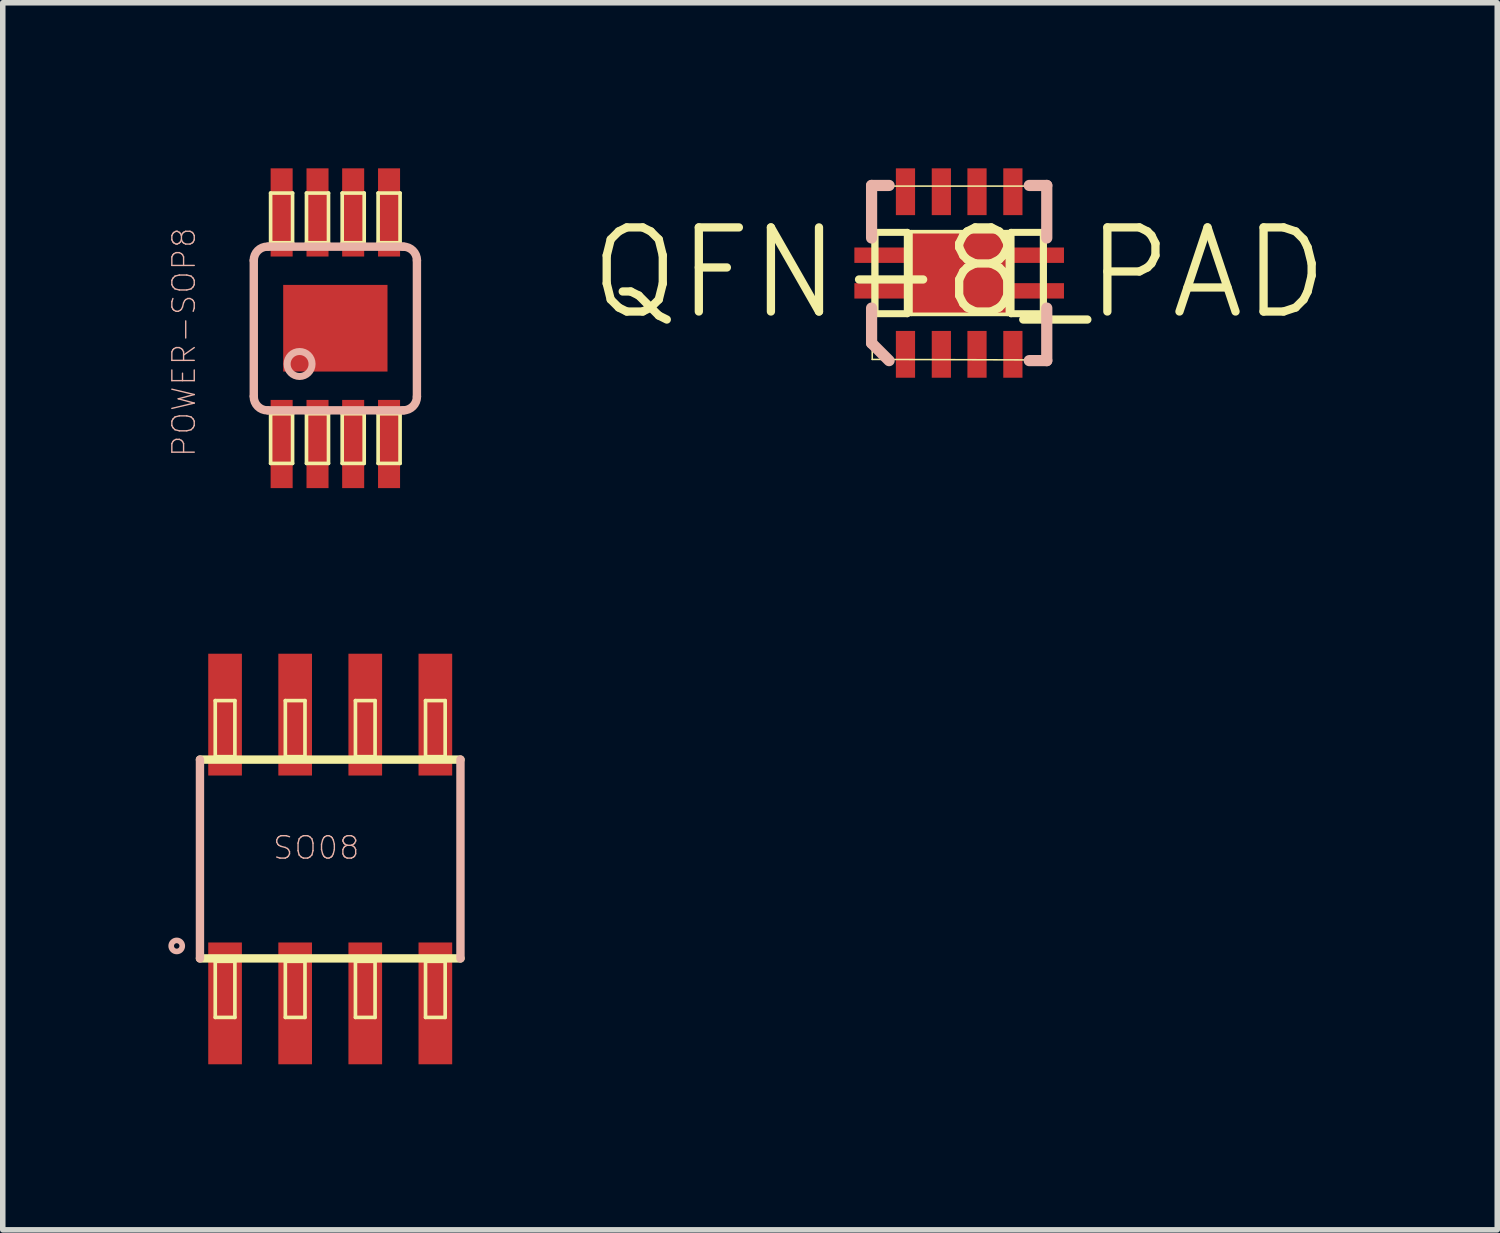
<source format=kicad_pcb>
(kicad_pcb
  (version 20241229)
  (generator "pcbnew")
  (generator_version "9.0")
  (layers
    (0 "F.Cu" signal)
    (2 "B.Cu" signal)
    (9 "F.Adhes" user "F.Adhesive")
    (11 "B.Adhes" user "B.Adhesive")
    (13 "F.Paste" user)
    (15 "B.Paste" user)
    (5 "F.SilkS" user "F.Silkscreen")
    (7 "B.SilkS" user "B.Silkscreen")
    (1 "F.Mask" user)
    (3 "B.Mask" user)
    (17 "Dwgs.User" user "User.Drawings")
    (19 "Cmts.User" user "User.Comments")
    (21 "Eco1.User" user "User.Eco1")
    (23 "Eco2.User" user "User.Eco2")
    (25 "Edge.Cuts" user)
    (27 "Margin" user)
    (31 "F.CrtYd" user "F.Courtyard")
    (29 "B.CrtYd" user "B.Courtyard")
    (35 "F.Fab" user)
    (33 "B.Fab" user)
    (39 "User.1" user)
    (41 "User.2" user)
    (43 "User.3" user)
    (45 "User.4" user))
  (footprint "POWER-SOP8"
    (layer "F.Cu")
    (at 3.026 2.897)
    (property "Reference" "POWER-SOP8" (at -2.743 0.254 90) (layer "B.SilkS") (effects (font (size 0.406 0.406) (thickness 0.025))))
    (attr smd)
    (fp_line (start -1.173 -2.449) (end -0.775 -2.449) (stroke (width 0.066) (type solid)) (layer "F.SilkS"))
    (fp_line (start -1.173 -1.549) (end -1.173 -2.449) (stroke (width 0.066) (type solid)) (layer "F.SilkS"))
    (fp_line (start -1.173 -1.549) (end -0.775 -1.549) (stroke (width 0.066) (type solid)) (layer "F.SilkS"))
    (fp_line (start -1.173 1.549) (end -0.775 1.549) (stroke (width 0.066) (type solid)) (layer "F.SilkS"))
    (fp_line (start -1.173 2.449) (end -1.173 1.549) (stroke (width 0.066) (type solid)) (layer "F.SilkS"))
    (fp_line (start -1.173 2.449) (end -0.775 2.449) (stroke (width 0.066) (type solid)) (layer "F.SilkS"))
    (fp_line (start -0.775 -1.549) (end -0.775 -2.449) (stroke (width 0.066) (type solid)) (layer "F.SilkS"))
    (fp_line (start -0.775 2.449) (end -0.775 1.549) (stroke (width 0.066) (type solid)) (layer "F.SilkS"))
    (fp_line (start -0.523 -2.449) (end -0.124 -2.449) (stroke (width 0.066) (type solid)) (layer "F.SilkS"))
    (fp_line (start -0.523 -1.549) (end -0.523 -2.449) (stroke (width 0.066) (type solid)) (layer "F.SilkS"))
    (fp_line (start -0.523 -1.549) (end -0.124 -1.549) (stroke (width 0.066) (type solid)) (layer "F.SilkS"))
    (fp_line (start -0.523 1.549) (end -0.124 1.549) (stroke (width 0.066) (type solid)) (layer "F.SilkS"))
    (fp_line (start -0.523 2.449) (end -0.523 1.549) (stroke (width 0.066) (type solid)) (layer "F.SilkS"))
    (fp_line (start -0.523 2.449) (end -0.124 2.449) (stroke (width 0.066) (type solid)) (layer "F.SilkS"))
    (fp_line (start -0.124 -1.549) (end -0.124 -2.449) (stroke (width 0.066) (type solid)) (layer "F.SilkS"))
    (fp_line (start -0.124 2.449) (end -0.124 1.549) (stroke (width 0.066) (type solid)) (layer "F.SilkS"))
    (fp_line (start 0.124 -2.449) (end 0.523 -2.449) (stroke (width 0.066) (type solid)) (layer "F.SilkS"))
    (fp_line (start 0.124 -1.549) (end 0.124 -2.449) (stroke (width 0.066) (type solid)) (layer "F.SilkS"))
    (fp_line (start 0.124 -1.549) (end 0.523 -1.549) (stroke (width 0.066) (type solid)) (layer "F.SilkS"))
    (fp_line (start 0.124 1.549) (end 0.523 1.549) (stroke (width 0.066) (type solid)) (layer "F.SilkS"))
    (fp_line (start 0.124 2.449) (end 0.124 1.549) (stroke (width 0.066) (type solid)) (layer "F.SilkS"))
    (fp_line (start 0.124 2.449) (end 0.523 2.449) (stroke (width 0.066) (type solid)) (layer "F.SilkS"))
    (fp_line (start 0.523 -1.549) (end 0.523 -2.449) (stroke (width 0.066) (type solid)) (layer "F.SilkS"))
    (fp_line (start 0.523 2.449) (end 0.523 1.549) (stroke (width 0.066) (type solid)) (layer "F.SilkS"))
    (fp_line (start 0.775 -2.449) (end 1.173 -2.449) (stroke (width 0.066) (type solid)) (layer "F.SilkS"))
    (fp_line (start 0.775 -1.549) (end 0.775 -2.449) (stroke (width 0.066) (type solid)) (layer "F.SilkS"))
    (fp_line (start 0.775 -1.549) (end 1.173 -1.549) (stroke (width 0.066) (type solid)) (layer "F.SilkS"))
    (fp_line (start 0.775 1.549) (end 1.173 1.549) (stroke (width 0.066) (type solid)) (layer "F.SilkS"))
    (fp_line (start 0.775 2.449) (end 0.775 1.549) (stroke (width 0.066) (type solid)) (layer "F.SilkS"))
    (fp_line (start 0.775 2.449) (end 1.173 2.449) (stroke (width 0.066) (type solid)) (layer "F.SilkS"))
    (fp_line (start 1.173 -1.549) (end 1.173 -2.449) (stroke (width 0.066) (type solid)) (layer "F.SilkS"))
    (fp_line (start 1.173 2.449) (end 1.173 1.549) (stroke (width 0.066) (type solid)) (layer "F.SilkS"))
    (fp_line (start -1.478 -1.229) (end -1.478 1.229) (stroke (width 0.152) (type solid)) (layer "B.SilkS"))
    (fp_line (start -1.219 -1.478) (end 1.24 -1.478) (stroke (width 0.152) (type solid)) (layer "B.SilkS"))
    (fp_line (start 1.24 1.488) (end -1.219 1.488) (stroke (width 0.152) (type solid)) (layer "B.SilkS"))
    (fp_line (start 1.478 1.24) (end 1.478 -1.229) (stroke (width 0.152) (type solid)) (layer "B.SilkS"))
    (fp_arc (start -1.47828 -1.22936) (mid -1.405373 -1.405373) (end -1.22936 -1.47828) (stroke (width 0.1524) (type solid)) (layer "B.SilkS"))
    (fp_arc (start -1.22936 1.48844) (mid -1.405373 1.415533) (end -1.47828 1.23952) (stroke (width 0.1524) (type solid)) (layer "B.SilkS"))
    (fp_arc (start 1.22936 -1.47828) (mid 1.405373 -1.405373) (end 1.47828 -1.22936) (stroke (width 0.1524) (type solid)) (layer "B.SilkS"))
    (fp_arc (start 1.47828 1.23952) (mid 1.405373 1.415533) (end 1.22936 1.48844) (stroke (width 0.1524) (type solid)) (layer "B.SilkS"))
    (fp_circle (center -0.648 0.648) (end -0.808 0.808) (stroke (width 0.127) (type solid)) (fill no) (layer "B.SilkS"))
    (pad "1" smd rect (at -0.973 2.098) (size 0.399 1.598) (layers "F.Cu" "F.Mask" "F.Paste"))
    (pad "2" smd rect (at -0.323 2.098) (size 0.399 1.598) (layers "F.Cu" "F.Mask" "F.Paste"))
    (pad "3" smd rect (at 0.323 2.098) (size 0.399 1.598) (layers "F.Cu" "F.Mask" "F.Paste"))
    (pad "4" smd rect (at 0.973 2.098) (size 0.399 1.598) (layers "F.Cu" "F.Mask" "F.Paste"))
    (pad "5" smd rect (at 0.973 -2.098) (size 0.399 1.598) (layers "F.Cu" "F.Mask" "F.Paste"))
    (pad "6" smd rect (at 0.323 -2.098) (size 0.399 1.598) (layers "F.Cu" "F.Mask" "F.Paste"))
    (pad "7" smd rect (at -0.323 -2.098) (size 0.399 1.598) (layers "F.Cu" "F.Mask" "F.Paste"))
    (pad "8" smd rect (at -0.973 -2.098) (size 0.399 1.598) (layers "F.Cu" "F.Mask" "F.Paste"))
    (pad "9" smd rect (at 0 0) (size 1.89 1.57) (layers "F.Cu" "F.Mask" "F.Paste")))
  (footprint "QFN-8_PAD"
    (layer "F.Cu")
    (at 14.329 1.897)
    (property "Reference" "QFN-8_PAD" (at 0 0 0) (layer "F.SilkS") (effects (font (size 1.524 1.524) (thickness 0.15))))
    (attr smd)
    (fp_line (start -1.575 -1.575) (end 1.575 -1.575) (stroke (width 0.028) (type solid)) (layer "F.SilkS"))
    (fp_line (start -1.575 1.565) (end -1.575 -1.575) (stroke (width 0.028) (type solid)) (layer "F.SilkS"))
    (fp_line (start -1.524 -0.737) (end -0.94 -0.737) (stroke (width 0.127) (type solid)) (layer "F.SilkS"))
    (fp_line (start -1.524 0.737) (end -1.524 -0.737) (stroke (width 0.127) (type solid)) (layer "F.SilkS"))
    (fp_line (start -0.94 -0.737) (end -0.94 0.737) (stroke (width 0.127) (type solid)) (layer "F.SilkS"))
    (fp_line (start -0.94 0.737) (end -1.524 0.737) (stroke (width 0.127) (type solid)) (layer "F.SilkS"))
    (fp_line (start -0.874 -0.749) (end 0.874 -0.749) (stroke (width 0.066) (type solid)) (layer "F.SilkS"))
    (fp_line (start -0.874 0.749) (end -0.874 -0.749) (stroke (width 0.066) (type solid)) (layer "F.SilkS"))
    (fp_line (start -0.874 0.749) (end 0.874 0.749) (stroke (width 0.066) (type solid)) (layer "F.SilkS"))
    (fp_line (start 0.874 0.749) (end 0.874 -0.749) (stroke (width 0.066) (type solid)) (layer "F.SilkS"))
    (fp_line (start 0.94 -0.737) (end 1.524 -0.737) (stroke (width 0.127) (type solid)) (layer "F.SilkS"))
    (fp_line (start 0.94 0.737) (end 0.94 -0.737) (stroke (width 0.127) (type solid)) (layer "F.SilkS"))
    (fp_line (start 1.524 -0.737) (end 1.524 0.737) (stroke (width 0.127) (type solid)) (layer "F.SilkS"))
    (fp_line (start 1.524 0.737) (end 0.94 0.737) (stroke (width 0.127) (type solid)) (layer "F.SilkS"))
    (fp_line (start 1.575 -1.575) (end 1.575 1.575) (stroke (width 0.028) (type solid)) (layer "F.SilkS"))
    (fp_line (start 1.575 1.575) (end -1.575 1.565) (stroke (width 0.028) (type solid)) (layer "F.SilkS"))
    (fp_line (start -1.587 -1.587) (end -1.587 -0.635) (stroke (width 0.203) (type solid)) (layer "B.SilkS"))
    (fp_line (start -1.587 1.27) (end -1.587 0.635) (stroke (width 0.203) (type solid)) (layer "B.SilkS"))
    (fp_line (start -1.27 -1.587) (end -1.587 -1.587) (stroke (width 0.203) (type solid)) (layer "B.SilkS"))
    (fp_line (start -1.27 1.587) (end -1.587 1.27) (stroke (width 0.203) (type solid)) (layer "B.SilkS"))
    (fp_line (start 1.27 -1.587) (end 1.587 -1.587) (stroke (width 0.203) (type solid)) (layer "B.SilkS"))
    (fp_line (start 1.587 -1.587) (end 1.587 -0.635) (stroke (width 0.203) (type solid)) (layer "B.SilkS"))
    (fp_line (start 1.587 0.635) (end 1.587 1.587) (stroke (width 0.203) (type solid)) (layer "B.SilkS"))
    (fp_line (start 1.587 1.587) (end 1.27 1.587) (stroke (width 0.203) (type solid)) (layer "B.SilkS"))
    (pad "1" smd rect (at -0.973 1.473 90) (size 0.848 0.348) (layers "F.Cu" "F.Mask" "F.Paste"))
    (pad "2" smd rect (at -0.323 1.473 90) (size 0.848 0.348) (layers "F.Cu" "F.Mask" "F.Paste"))
    (pad "3" smd rect (at 0.323 1.473 90) (size 0.848 0.348) (layers "F.Cu" "F.Mask" "F.Paste"))
    (pad "4" smd rect (at 0.973 1.473 90) (size 0.848 0.348) (layers "F.Cu" "F.Mask" "F.Paste"))
    (pad "5" smd rect (at 0.973 -1.473 90) (size 0.848 0.348) (layers "F.Cu" "F.Mask" "F.Paste"))
    (pad "6" smd rect (at 0.323 -1.473 90) (size 0.848 0.348) (layers "F.Cu" "F.Mask" "F.Paste"))
    (pad "7" smd rect (at -0.323 -1.473 90) (size 0.848 0.348) (layers "F.Cu" "F.Mask" "F.Paste"))
    (pad "8" smd rect (at -0.973 -1.473 270) (size 0.848 0.348) (layers "F.Cu" "F.Mask" "F.Paste"))
    (pad "9" smd rect (at 0 0 90) (size 1.499 1.748) (layers "F.Cu" "F.Mask" "F.Paste"))
    (pad "10" smd rect (at -1.387 0.323 180) (size 1.024 0.279) (layers "F.Cu" "F.Mask" "F.Paste"))
    (pad "11" smd rect (at 1.387 0.323 180) (size 1.024 0.279) (layers "F.Cu" "F.Mask" "F.Paste"))
    (pad "12" smd rect (at 1.387 -0.323 180) (size 1.024 0.279) (layers "F.Cu" "F.Mask" "F.Paste"))
    (pad "13" smd rect (at -1.387 -0.323 180) (size 1.024 0.279) (layers "F.Cu" "F.Mask" "F.Paste")))
  (footprint "SO08"
    (layer "F.Cu")
    (at 2.933 12.514)
    (property "Reference" "SO08" (at -0.254 -0.203 0) (layer "B.SilkS") (effects (font (size 0.406 0.406) (thickness 0.025))))
    (attr smd)
    (fp_line (start -2.36 1.801) (end 2.36 1.801) (stroke (width 0.152) (type solid)) (layer "F.SilkS"))
    (fp_line (start -2.083 -2.87) (end -1.727 -2.87) (stroke (width 0.066) (type solid)) (layer "F.SilkS"))
    (fp_line (start -2.083 -1.854) (end -2.083 -2.87) (stroke (width 0.066) (type solid)) (layer "F.SilkS"))
    (fp_line (start -2.083 -1.854) (end -1.727 -1.854) (stroke (width 0.066) (type solid)) (layer "F.SilkS"))
    (fp_line (start -2.083 1.854) (end -1.727 1.854) (stroke (width 0.066) (type solid)) (layer "F.SilkS"))
    (fp_line (start -2.083 2.87) (end -2.083 1.854) (stroke (width 0.066) (type solid)) (layer "F.SilkS"))
    (fp_line (start -2.083 2.87) (end -1.727 2.87) (stroke (width 0.066) (type solid)) (layer "F.SilkS"))
    (fp_line (start -1.727 -1.854) (end -1.727 -2.87) (stroke (width 0.066) (type solid)) (layer "F.SilkS"))
    (fp_line (start -1.727 2.87) (end -1.727 1.854) (stroke (width 0.066) (type solid)) (layer "F.SilkS"))
    (fp_line (start -0.813 -2.87) (end -0.457 -2.87) (stroke (width 0.066) (type solid)) (layer "F.SilkS"))
    (fp_line (start -0.813 -1.854) (end -0.813 -2.87) (stroke (width 0.066) (type solid)) (layer "F.SilkS"))
    (fp_line (start -0.813 -1.854) (end -0.457 -1.854) (stroke (width 0.066) (type solid)) (layer "F.SilkS"))
    (fp_line (start -0.813 1.854) (end -0.457 1.854) (stroke (width 0.066) (type solid)) (layer "F.SilkS"))
    (fp_line (start -0.813 2.87) (end -0.813 1.854) (stroke (width 0.066) (type solid)) (layer "F.SilkS"))
    (fp_line (start -0.813 2.87) (end -0.457 2.87) (stroke (width 0.066) (type solid)) (layer "F.SilkS"))
    (fp_line (start -0.457 -1.854) (end -0.457 -2.87) (stroke (width 0.066) (type solid)) (layer "F.SilkS"))
    (fp_line (start -0.457 2.87) (end -0.457 1.854) (stroke (width 0.066) (type solid)) (layer "F.SilkS"))
    (fp_line (start 0.457 -2.87) (end 0.813 -2.87) (stroke (width 0.066) (type solid)) (layer "F.SilkS"))
    (fp_line (start 0.457 -1.854) (end 0.457 -2.87) (stroke (width 0.066) (type solid)) (layer "F.SilkS"))
    (fp_line (start 0.457 -1.854) (end 0.813 -1.854) (stroke (width 0.066) (type solid)) (layer "F.SilkS"))
    (fp_line (start 0.457 1.854) (end 0.813 1.854) (stroke (width 0.066) (type solid)) (layer "F.SilkS"))
    (fp_line (start 0.457 2.87) (end 0.457 1.854) (stroke (width 0.066) (type solid)) (layer "F.SilkS"))
    (fp_line (start 0.457 2.87) (end 0.813 2.87) (stroke (width 0.066) (type solid)) (layer "F.SilkS"))
    (fp_line (start 0.813 -1.854) (end 0.813 -2.87) (stroke (width 0.066) (type solid)) (layer "F.SilkS"))
    (fp_line (start 0.813 2.87) (end 0.813 1.854) (stroke (width 0.066) (type solid)) (layer "F.SilkS"))
    (fp_line (start 1.727 -2.87) (end 2.083 -2.87) (stroke (width 0.066) (type solid)) (layer "F.SilkS"))
    (fp_line (start 1.727 -1.854) (end 1.727 -2.87) (stroke (width 0.066) (type solid)) (layer "F.SilkS"))
    (fp_line (start 1.727 -1.854) (end 2.083 -1.854) (stroke (width 0.066) (type solid)) (layer "F.SilkS"))
    (fp_line (start 1.727 1.854) (end 2.083 1.854) (stroke (width 0.066) (type solid)) (layer "F.SilkS"))
    (fp_line (start 1.727 2.87) (end 1.727 1.854) (stroke (width 0.066) (type solid)) (layer "F.SilkS"))
    (fp_line (start 1.727 2.87) (end 2.083 2.87) (stroke (width 0.066) (type solid)) (layer "F.SilkS"))
    (fp_line (start 2.083 -1.854) (end 2.083 -2.87) (stroke (width 0.066) (type solid)) (layer "F.SilkS"))
    (fp_line (start 2.083 2.87) (end 2.083 1.854) (stroke (width 0.066) (type solid)) (layer "F.SilkS"))
    (fp_line (start 2.36 -1.801) (end -2.36 -1.801) (stroke (width 0.152) (type solid)) (layer "F.SilkS"))
    (fp_line (start -2.36 -1.801) (end -2.36 1.801) (stroke (width 0.152) (type solid)) (layer "B.SilkS"))
    (fp_line (start 2.36 1.801) (end 2.36 -1.801) (stroke (width 0.152) (type solid)) (layer "B.SilkS"))
    (fp_circle (center -2.781 1.575) (end -2.852 1.646) (stroke (width 0.102) (type solid)) (fill no) (layer "B.SilkS"))
    (pad "1" smd rect (at -1.905 2.616) (size 0.61 2.207) (layers "F.Cu" "F.Mask" "F.Paste"))
    (pad "2" smd rect (at -0.635 2.616) (size 0.61 2.207) (layers "F.Cu" "F.Mask" "F.Paste"))
    (pad "3" smd rect (at 0.635 2.616) (size 0.61 2.207) (layers "F.Cu" "F.Mask" "F.Paste"))
    (pad "4" smd rect (at 1.905 2.616) (size 0.61 2.207) (layers "F.Cu" "F.Mask" "F.Paste"))
    (pad "5" smd rect (at 1.905 -2.616) (size 0.61 2.207) (layers "F.Cu" "F.Mask" "F.Paste"))
    (pad "6" smd rect (at 0.635 -2.616) (size 0.61 2.207) (layers "F.Cu" "F.Mask" "F.Paste"))
    (pad "7" smd rect (at -0.635 -2.616) (size 0.61 2.207) (layers "F.Cu" "F.Mask" "F.Paste"))
    (pad "8" smd rect (at -1.905 -2.616) (size 0.61 2.207) (layers "F.Cu" "F.Mask" "F.Paste")))
  (gr_rect
    (start -3 -3)
    (end 24.078 19.233)
    (stroke (width 0.1) (type default))
    (fill no)
    (layer "Edge.Cuts")))
</source>
